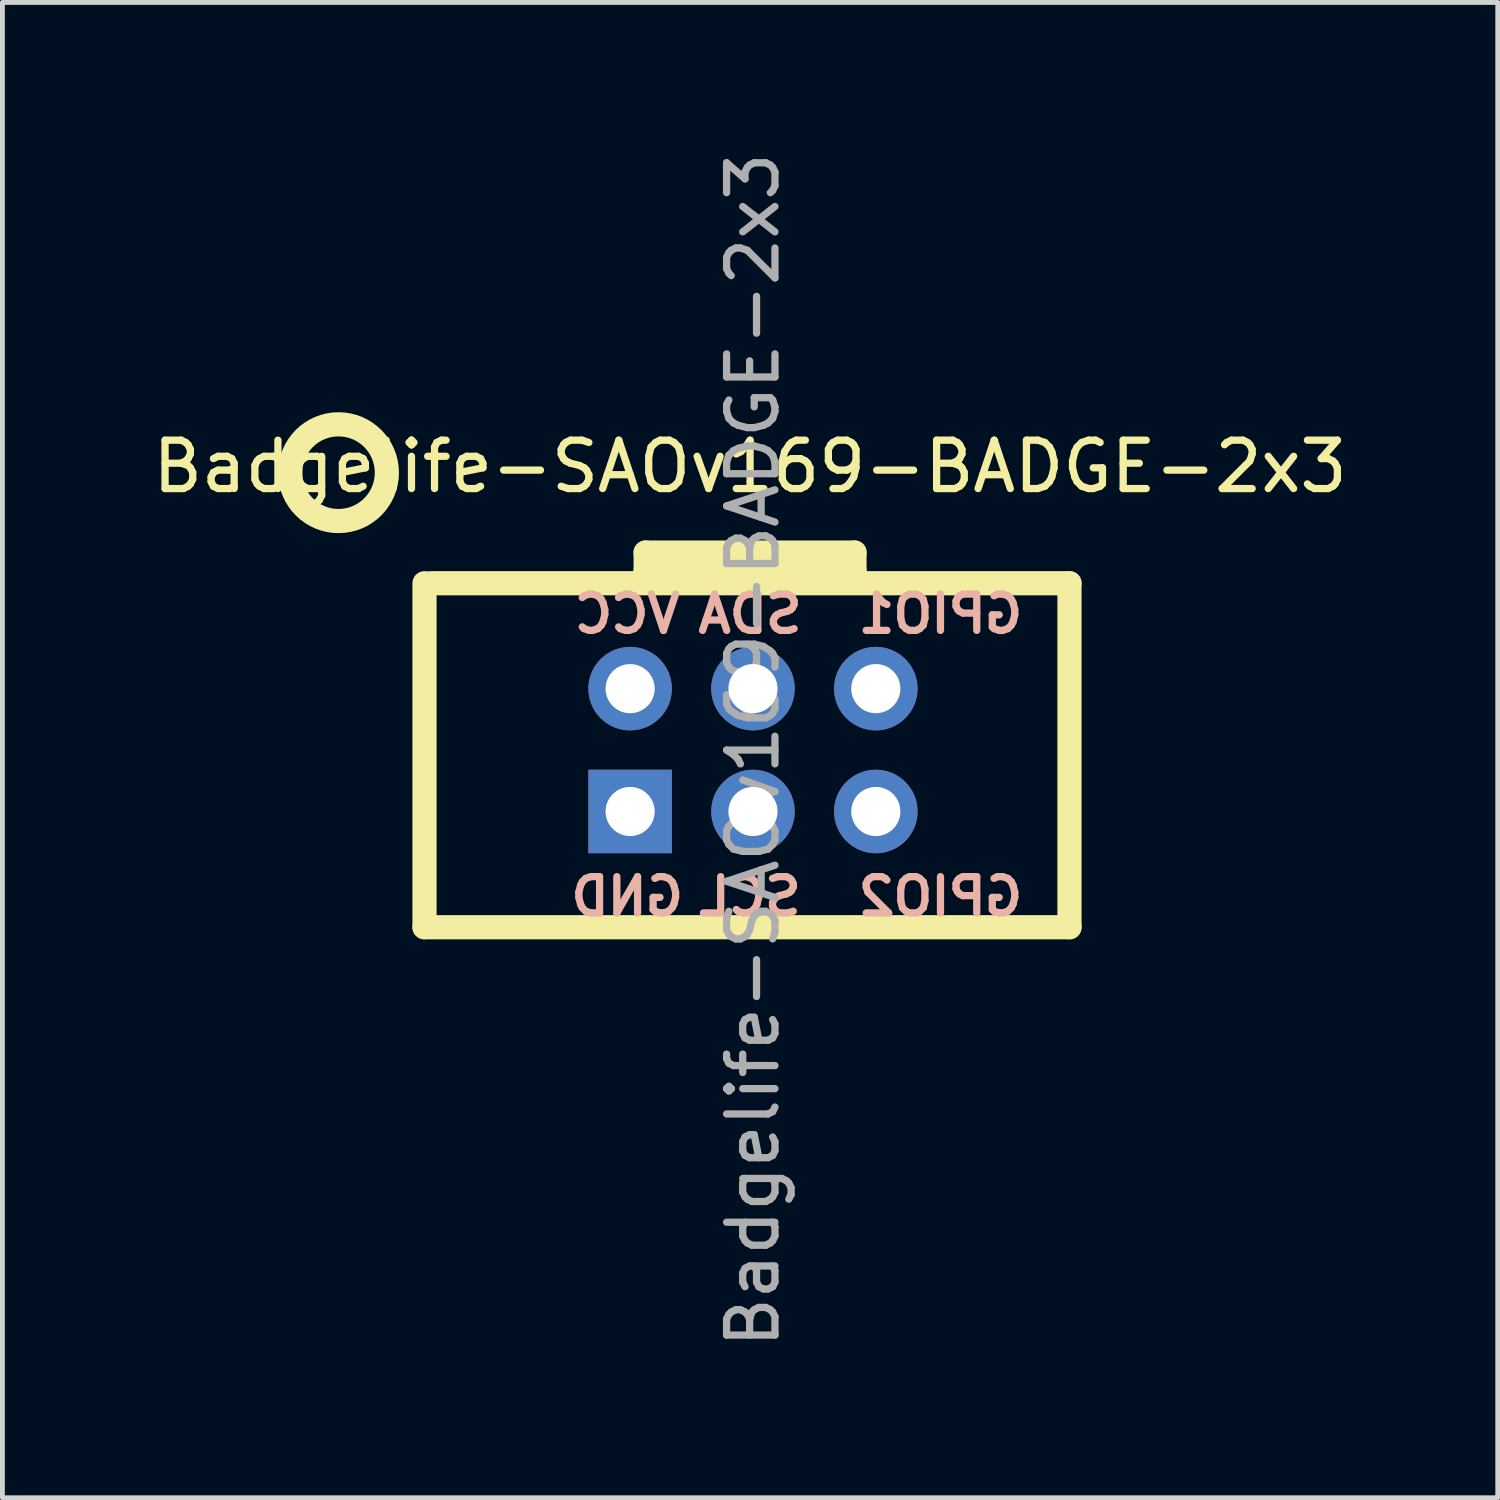
<source format=kicad_pcb>
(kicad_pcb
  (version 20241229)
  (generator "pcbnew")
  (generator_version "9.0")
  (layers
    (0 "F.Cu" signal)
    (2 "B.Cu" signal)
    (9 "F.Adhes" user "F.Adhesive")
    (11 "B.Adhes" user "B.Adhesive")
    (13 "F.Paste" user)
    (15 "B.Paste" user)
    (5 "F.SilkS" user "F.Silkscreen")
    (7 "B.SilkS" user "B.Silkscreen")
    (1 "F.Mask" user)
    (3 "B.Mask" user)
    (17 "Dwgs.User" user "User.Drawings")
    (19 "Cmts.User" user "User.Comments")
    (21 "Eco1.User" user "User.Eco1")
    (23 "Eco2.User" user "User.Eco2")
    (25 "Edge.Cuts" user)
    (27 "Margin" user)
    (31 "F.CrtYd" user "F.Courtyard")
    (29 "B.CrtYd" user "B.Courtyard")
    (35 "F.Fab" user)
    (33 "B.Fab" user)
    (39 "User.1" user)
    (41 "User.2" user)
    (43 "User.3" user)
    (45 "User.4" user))
  (footprint "Badgelife-SAOv169-BADGE-2x3"
    (layer "F.Cu")
    (at 12.458 12.438)
    (property "Reference" "Badgelife-SAOv169-BADGE-2x3" (at 0 -5.842 0) (layer "F.SilkS") (effects (font (size 1 1) (thickness 0.15))))
    (attr through_hole)
    (fp_line (start -6.731 3.683) (end -6.731 -3.429) (stroke (width 0.5) (type solid)) (layer "F.SilkS"))
    (fp_line (start -6.604 -3.429) (end 6.604 -3.429) (stroke (width 0.5) (type solid)) (layer "F.SilkS"))
    (fp_line (start -2.159 -4.064) (end 2.159 -4.064) (stroke (width 0.5) (type solid)) (layer "F.SilkS"))
    (fp_line (start -2.159 -3.556) (end -2.159 -4.064) (stroke (width 0.5) (type solid)) (layer "F.SilkS"))
    (fp_line (start 2.159 -4.064) (end 2.159 -3.556) (stroke (width 0.5) (type solid)) (layer "F.SilkS"))
    (fp_line (start 2.159 -3.683) (end -2.159 -3.683) (stroke (width 0.5) (type solid)) (layer "F.SilkS"))
    (fp_line (start 6.604 -3.429) (end 6.604 3.683) (stroke (width 0.5) (type solid)) (layer "F.SilkS"))
    (fp_line (start 6.604 3.683) (end -6.731 3.683) (stroke (width 0.5) (type solid)) (layer "F.SilkS"))
    (fp_circle (center -8.509 -5.715) (end -7.509 -5.715) (stroke (width 0.5) (type solid)) (fill no) (layer "F.SilkS"))
    (fp_text user "SDA" (at 0 -2.794 0) (layer "B.SilkS") (effects (font (size 0.75 0.75) (thickness 0.15)) (justify mirror)))
    (fp_text user "SCL" (at 0 3.048 0) (layer "B.SilkS") (effects (font (size 0.75 0.75) (thickness 0.15)) (justify mirror)))
    (fp_text user "GND" (at -2.54 3.048 0) (layer "B.SilkS") (effects (font (size 0.75 0.75) (thickness 0.15)) (justify mirror)))
    (fp_text user "VCC" (at -2.54 -2.794 0) (layer "B.SilkS") (effects (font (size 0.75 0.75) (thickness 0.15)) (justify mirror)))
    (fp_text user "GPIO2" (at 3.937 3.048 0) (layer "B.SilkS") (effects (font (size 0.75 0.75) (thickness 0.15)) (justify mirror)))
    (fp_text user "GPIO1" (at 3.937 -2.794 0) (layer "B.SilkS") (effects (font (size 0.75 0.75) (thickness 0.15)) (justify mirror)))
    (fp_text user "${REFERENCE}" (at 0.06 0.02 270) (layer "F.Fab") (effects (font (size 1 1) (thickness 0.15))))
    (pad "1" thru_hole oval (at -2.48 -1.25 270) (size 1.727 1.727) (drill 1.016) (layers "*.Cu" "*.Mask"))
    (pad "2" thru_hole rect (at -2.48 1.29 270) (size 1.727 1.727) (drill 1.016) (layers "*.Cu" "*.Mask"))
    (pad "3" thru_hole oval (at 0.06 -1.25 270) (size 1.727 1.727) (drill 1.016) (layers "*.Cu" "*.Mask"))
    (pad "4" thru_hole oval (at 0.06 1.29 270) (size 1.727 1.727) (drill 1.016) (layers "*.Cu" "*.Mask"))
    (pad "5" thru_hole circle (at 2.6 -1.25 270) (size 1.727 1.727) (drill 1.016) (layers "*.Cu" "*.Mask"))
    (pad "6" thru_hole circle (at 2.6 1.29 270) (size 1.727 1.727) (drill 1.016) (layers "*.Cu" "*.Mask")))
  (gr_rect
    (start -3 -3)
    (end 27.917 27.917)
    (stroke (width 0.1) (type default))
    (fill no)
    (layer "Edge.Cuts")))
</source>
